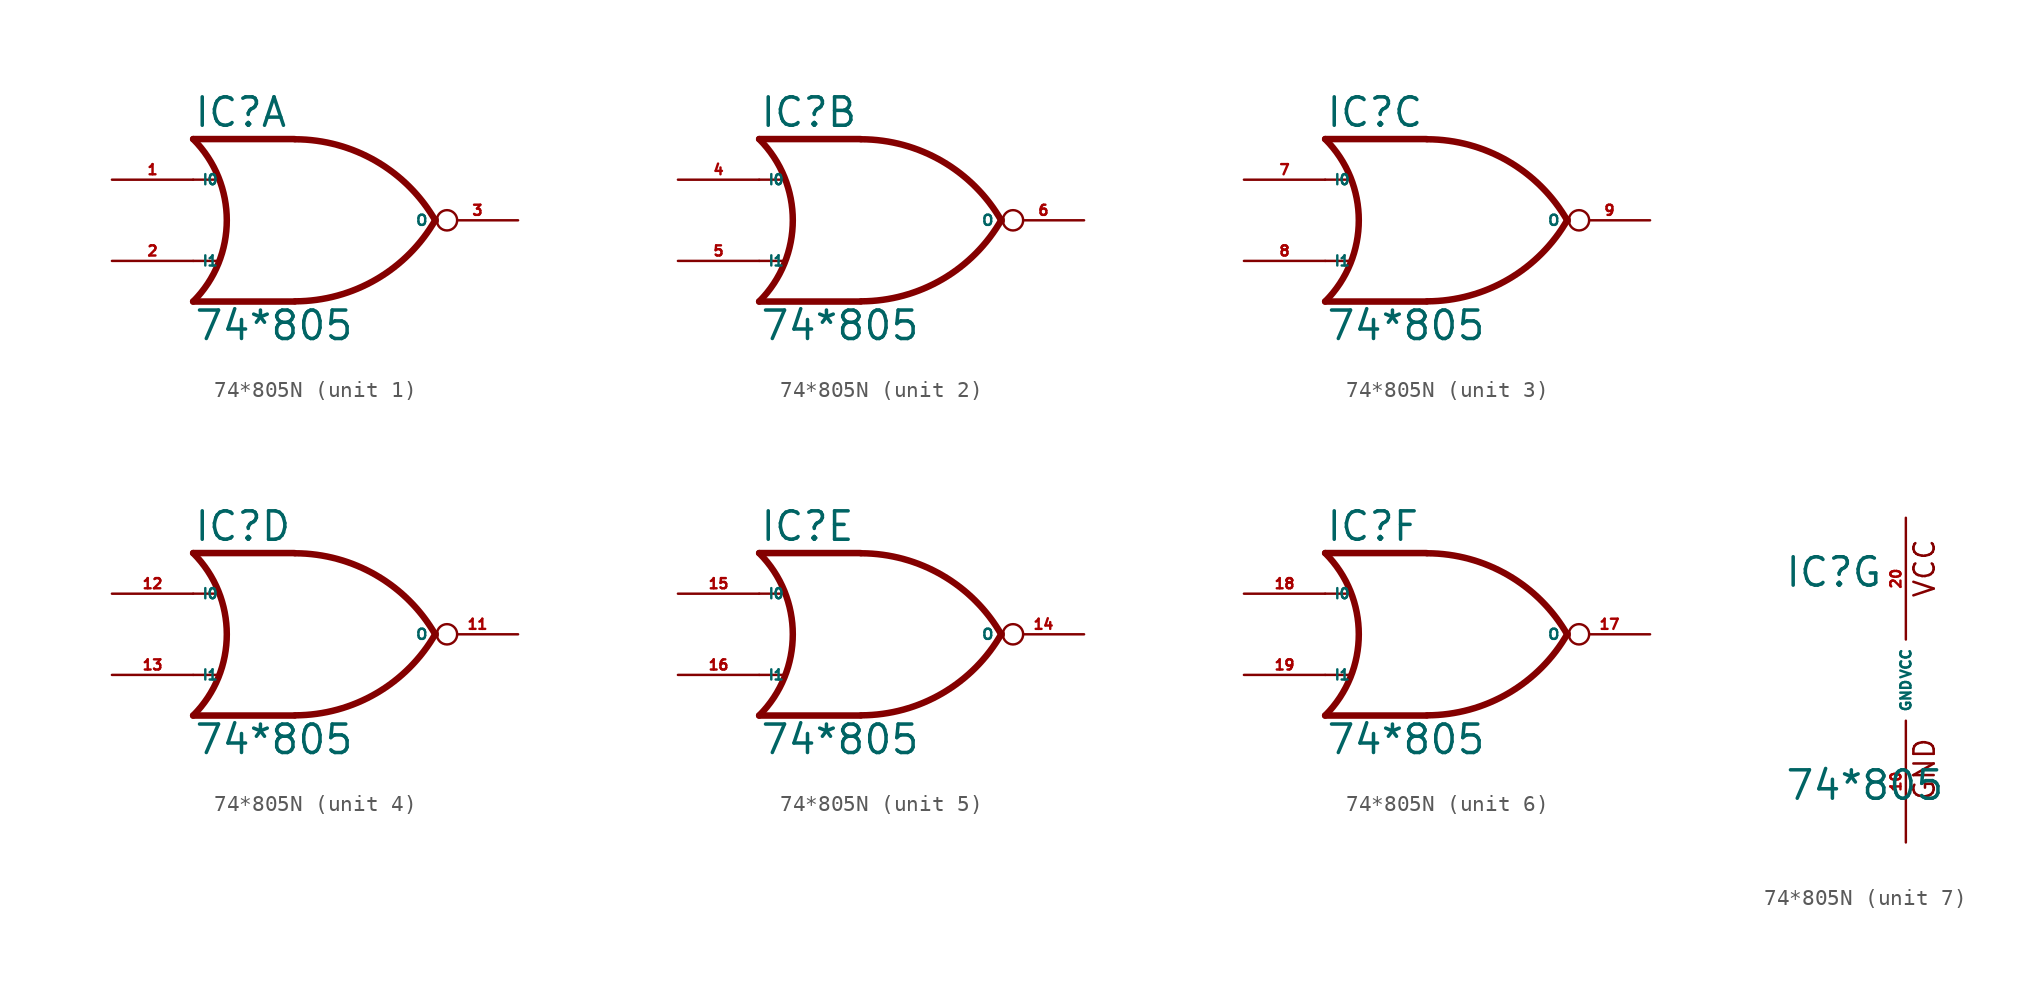
<source format=kicad_sym>
(kicad_symbol_lib
  (version 20220914)
  (generator Eagle2Kicad)
  (symbol "74*805N"
    (property "Reference" "IC"
      (at -7.62 5.715 0)
      (effects (font (size 1.778 1.778) (thickness 0.22)) (justify left bottom)))
    (property "Value" "74*805"
      (at -7.62 -7.62 0)
      (effects (font (size 1.778 1.778) (thickness 0.22)) (justify left bottom)))
    (symbol "74*805N_1_0"
      (polyline (pts (xy -1.27 5.08) (xy -7.62 5.08)) (stroke (width 0.406) (type default)) (fill (type none)))
      (polyline (pts (xy -1.27 -5.08) (xy -7.62 -5.08)) (stroke (width 0.406) (type default)) (fill (type none)))
      (polyline (pts (xy -7.62 2.54) (xy -6.096 2.54)) (stroke (width 0.152) (type default)) (fill (type none)))
      (polyline (pts (xy -7.62 -2.54) (xy -6.096 -2.54)) (stroke (width 0.152) (type default)) (fill (type none)))
      (arc (start -1.2446 -5.0678) (mid 3.837 -3.689) (end 7.5439 0.0507) (stroke (width 0.4064) (type default)) (fill (type none)))
      (arc (start 7.5442 -0.0505) (mid 3.837 3.689) (end -1.2446 5.0678) (stroke (width 0.4064) (type default)) (fill (type none)))
      (arc (start -7.62 -5.08) (mid -5.516 0.000) (end -7.62 5.08) (stroke (width 0.4064) (type default)) (fill (type none)))
      (pin input line (at -12.7 2.54 0) (length 5.08) (name "I0" (effects (font (size 0.635 0.635) (thickness 0.08)) (justify left bottom))) (number "1" (effects (font (size 0.635 0.635) (thickness 0.08)) (justify left bottom))))
      (pin input line (at -12.7 -2.54 0) (length 5.08) (name "I1" (effects (font (size 0.635 0.635) (thickness 0.08)) (justify left bottom))) (number "2" (effects (font (size 0.635 0.635) (thickness 0.08)) (justify left bottom))))
      (pin output inverted (at 12.7 0 180) (length 5.08) (name "O" (effects (font (size 0.635 0.635) (thickness 0.08)) (justify left bottom))) (number "3" (effects (font (size 0.635 0.635) (thickness 0.08)) (justify left bottom)))))
    (symbol "74*805N_2_0"
      (polyline (pts (xy -1.27 5.08) (xy -7.62 5.08)) (stroke (width 0.406) (type default)) (fill (type none)))
      (polyline (pts (xy -1.27 -5.08) (xy -7.62 -5.08)) (stroke (width 0.406) (type default)) (fill (type none)))
      (polyline (pts (xy -7.62 2.54) (xy -6.096 2.54)) (stroke (width 0.152) (type default)) (fill (type none)))
      (polyline (pts (xy -7.62 -2.54) (xy -6.096 -2.54)) (stroke (width 0.152) (type default)) (fill (type none)))
      (arc (start -1.2446 -5.0678) (mid 3.837 -3.689) (end 7.5439 0.0507) (stroke (width 0.4064) (type default)) (fill (type none)))
      (arc (start 7.5442 -0.0505) (mid 3.837 3.689) (end -1.2446 5.0678) (stroke (width 0.4064) (type default)) (fill (type none)))
      (arc (start -7.62 -5.08) (mid -5.516 0.000) (end -7.62 5.08) (stroke (width 0.4064) (type default)) (fill (type none)))
      (pin input line (at -12.7 2.54 0) (length 5.08) (name "I0" (effects (font (size 0.635 0.635) (thickness 0.08)) (justify left bottom))) (number "4" (effects (font (size 0.635 0.635) (thickness 0.08)) (justify left bottom))))
      (pin input line (at -12.7 -2.54 0) (length 5.08) (name "I1" (effects (font (size 0.635 0.635) (thickness 0.08)) (justify left bottom))) (number "5" (effects (font (size 0.635 0.635) (thickness 0.08)) (justify left bottom))))
      (pin output inverted (at 12.7 0 180) (length 5.08) (name "O" (effects (font (size 0.635 0.635) (thickness 0.08)) (justify left bottom))) (number "6" (effects (font (size 0.635 0.635) (thickness 0.08)) (justify left bottom)))))
    (symbol "74*805N_3_0"
      (polyline (pts (xy -1.27 5.08) (xy -7.62 5.08)) (stroke (width 0.406) (type default)) (fill (type none)))
      (polyline (pts (xy -1.27 -5.08) (xy -7.62 -5.08)) (stroke (width 0.406) (type default)) (fill (type none)))
      (polyline (pts (xy -7.62 2.54) (xy -6.096 2.54)) (stroke (width 0.152) (type default)) (fill (type none)))
      (polyline (pts (xy -7.62 -2.54) (xy -6.096 -2.54)) (stroke (width 0.152) (type default)) (fill (type none)))
      (arc (start -1.2446 -5.0678) (mid 3.837 -3.689) (end 7.5439 0.0507) (stroke (width 0.4064) (type default)) (fill (type none)))
      (arc (start 7.5442 -0.0505) (mid 3.837 3.689) (end -1.2446 5.0678) (stroke (width 0.4064) (type default)) (fill (type none)))
      (arc (start -7.62 -5.08) (mid -5.516 0.000) (end -7.62 5.08) (stroke (width 0.4064) (type default)) (fill (type none)))
      (pin input line (at -12.7 2.54 0) (length 5.08) (name "I0" (effects (font (size 0.635 0.635) (thickness 0.08)) (justify left bottom))) (number "7" (effects (font (size 0.635 0.635) (thickness 0.08)) (justify left bottom))))
      (pin input line (at -12.7 -2.54 0) (length 5.08) (name "I1" (effects (font (size 0.635 0.635) (thickness 0.08)) (justify left bottom))) (number "8" (effects (font (size 0.635 0.635) (thickness 0.08)) (justify left bottom))))
      (pin output inverted (at 12.7 0 180) (length 5.08) (name "O" (effects (font (size 0.635 0.635) (thickness 0.08)) (justify left bottom))) (number "9" (effects (font (size 0.635 0.635) (thickness 0.08)) (justify left bottom)))))
    (symbol "74*805N_4_0"
      (polyline (pts (xy -1.27 5.08) (xy -7.62 5.08)) (stroke (width 0.406) (type default)) (fill (type none)))
      (polyline (pts (xy -1.27 -5.08) (xy -7.62 -5.08)) (stroke (width 0.406) (type default)) (fill (type none)))
      (polyline (pts (xy -7.62 2.54) (xy -6.096 2.54)) (stroke (width 0.152) (type default)) (fill (type none)))
      (polyline (pts (xy -7.62 -2.54) (xy -6.096 -2.54)) (stroke (width 0.152) (type default)) (fill (type none)))
      (arc (start -1.2446 -5.0678) (mid 3.837 -3.689) (end 7.5439 0.0507) (stroke (width 0.4064) (type default)) (fill (type none)))
      (arc (start 7.5442 -0.0505) (mid 3.837 3.689) (end -1.2446 5.0678) (stroke (width 0.4064) (type default)) (fill (type none)))
      (arc (start -7.62 -5.08) (mid -5.516 0.000) (end -7.62 5.08) (stroke (width 0.4064) (type default)) (fill (type none)))
      (pin input line (at -12.7 2.54 0) (length 5.08) (name "I0" (effects (font (size 0.635 0.635) (thickness 0.08)) (justify left bottom))) (number "12" (effects (font (size 0.635 0.635) (thickness 0.08)) (justify left bottom))))
      (pin input line (at -12.7 -2.54 0) (length 5.08) (name "I1" (effects (font (size 0.635 0.635) (thickness 0.08)) (justify left bottom))) (number "13" (effects (font (size 0.635 0.635) (thickness 0.08)) (justify left bottom))))
      (pin output inverted (at 12.7 0 180) (length 5.08) (name "O" (effects (font (size 0.635 0.635) (thickness 0.08)) (justify left bottom))) (number "11" (effects (font (size 0.635 0.635) (thickness 0.08)) (justify left bottom)))))
    (symbol "74*805N_5_0"
      (polyline (pts (xy -1.27 5.08) (xy -7.62 5.08)) (stroke (width 0.406) (type default)) (fill (type none)))
      (polyline (pts (xy -1.27 -5.08) (xy -7.62 -5.08)) (stroke (width 0.406) (type default)) (fill (type none)))
      (polyline (pts (xy -7.62 2.54) (xy -6.096 2.54)) (stroke (width 0.152) (type default)) (fill (type none)))
      (polyline (pts (xy -7.62 -2.54) (xy -6.096 -2.54)) (stroke (width 0.152) (type default)) (fill (type none)))
      (arc (start -1.2446 -5.0678) (mid 3.837 -3.689) (end 7.5439 0.0507) (stroke (width 0.4064) (type default)) (fill (type none)))
      (arc (start 7.5442 -0.0505) (mid 3.837 3.689) (end -1.2446 5.0678) (stroke (width 0.4064) (type default)) (fill (type none)))
      (arc (start -7.62 -5.08) (mid -5.516 0.000) (end -7.62 5.08) (stroke (width 0.4064) (type default)) (fill (type none)))
      (pin input line (at -12.7 2.54 0) (length 5.08) (name "I0" (effects (font (size 0.635 0.635) (thickness 0.08)) (justify left bottom))) (number "15" (effects (font (size 0.635 0.635) (thickness 0.08)) (justify left bottom))))
      (pin input line (at -12.7 -2.54 0) (length 5.08) (name "I1" (effects (font (size 0.635 0.635) (thickness 0.08)) (justify left bottom))) (number "16" (effects (font (size 0.635 0.635) (thickness 0.08)) (justify left bottom))))
      (pin output inverted (at 12.7 0 180) (length 5.08) (name "O" (effects (font (size 0.635 0.635) (thickness 0.08)) (justify left bottom))) (number "14" (effects (font (size 0.635 0.635) (thickness 0.08)) (justify left bottom)))))
    (symbol "74*805N_6_0"
      (polyline (pts (xy -1.27 5.08) (xy -7.62 5.08)) (stroke (width 0.406) (type default)) (fill (type none)))
      (polyline (pts (xy -1.27 -5.08) (xy -7.62 -5.08)) (stroke (width 0.406) (type default)) (fill (type none)))
      (polyline (pts (xy -7.62 2.54) (xy -6.096 2.54)) (stroke (width 0.152) (type default)) (fill (type none)))
      (polyline (pts (xy -7.62 -2.54) (xy -6.096 -2.54)) (stroke (width 0.152) (type default)) (fill (type none)))
      (arc (start -1.2446 -5.0678) (mid 3.837 -3.689) (end 7.5439 0.0507) (stroke (width 0.4064) (type default)) (fill (type none)))
      (arc (start 7.5442 -0.0505) (mid 3.837 3.689) (end -1.2446 5.0678) (stroke (width 0.4064) (type default)) (fill (type none)))
      (arc (start -7.62 -5.08) (mid -5.516 0.000) (end -7.62 5.08) (stroke (width 0.4064) (type default)) (fill (type none)))
      (pin input line (at -12.7 2.54 0) (length 5.08) (name "I0" (effects (font (size 0.635 0.635) (thickness 0.08)) (justify left bottom))) (number "18" (effects (font (size 0.635 0.635) (thickness 0.08)) (justify left bottom))))
      (pin input line (at -12.7 -2.54 0) (length 5.08) (name "I1" (effects (font (size 0.635 0.635) (thickness 0.08)) (justify left bottom))) (number "19" (effects (font (size 0.635 0.635) (thickness 0.08)) (justify left bottom))))
      (pin output inverted (at 12.7 0 180) (length 5.08) (name "O" (effects (font (size 0.635 0.635) (thickness 0.08)) (justify left bottom))) (number "17" (effects (font (size 0.635 0.635) (thickness 0.08)) (justify left bottom)))))
    (symbol "74*805N_7_0"
      (text "GND" (at 1.905 -7.62 900) (effects (font (size 1.27 1.27) (thickness 0.16)) (justify left bottom)))
      (text "VCC" (at 1.905 5.08 900) (effects (font (size 1.27 1.27) (thickness 0.16)) (justify left bottom)))
      (pin unspecified line (at 0 -10.16 90) (length 7.62) (name "GND" (effects (font (size 0.635 0.635) (thickness 0.08)) (justify left bottom))) (number "10" (effects (font (size 0.635 0.635) (thickness 0.08)) (justify left bottom))))
      (pin unspecified line (at 0 10.16 270) (length 7.62) (name "VCC" (effects (font (size 0.635 0.635) (thickness 0.08)) (justify left bottom))) (number "20" (effects (font (size 0.635 0.635) (thickness 0.08)) (justify left bottom)))))))
</source>
